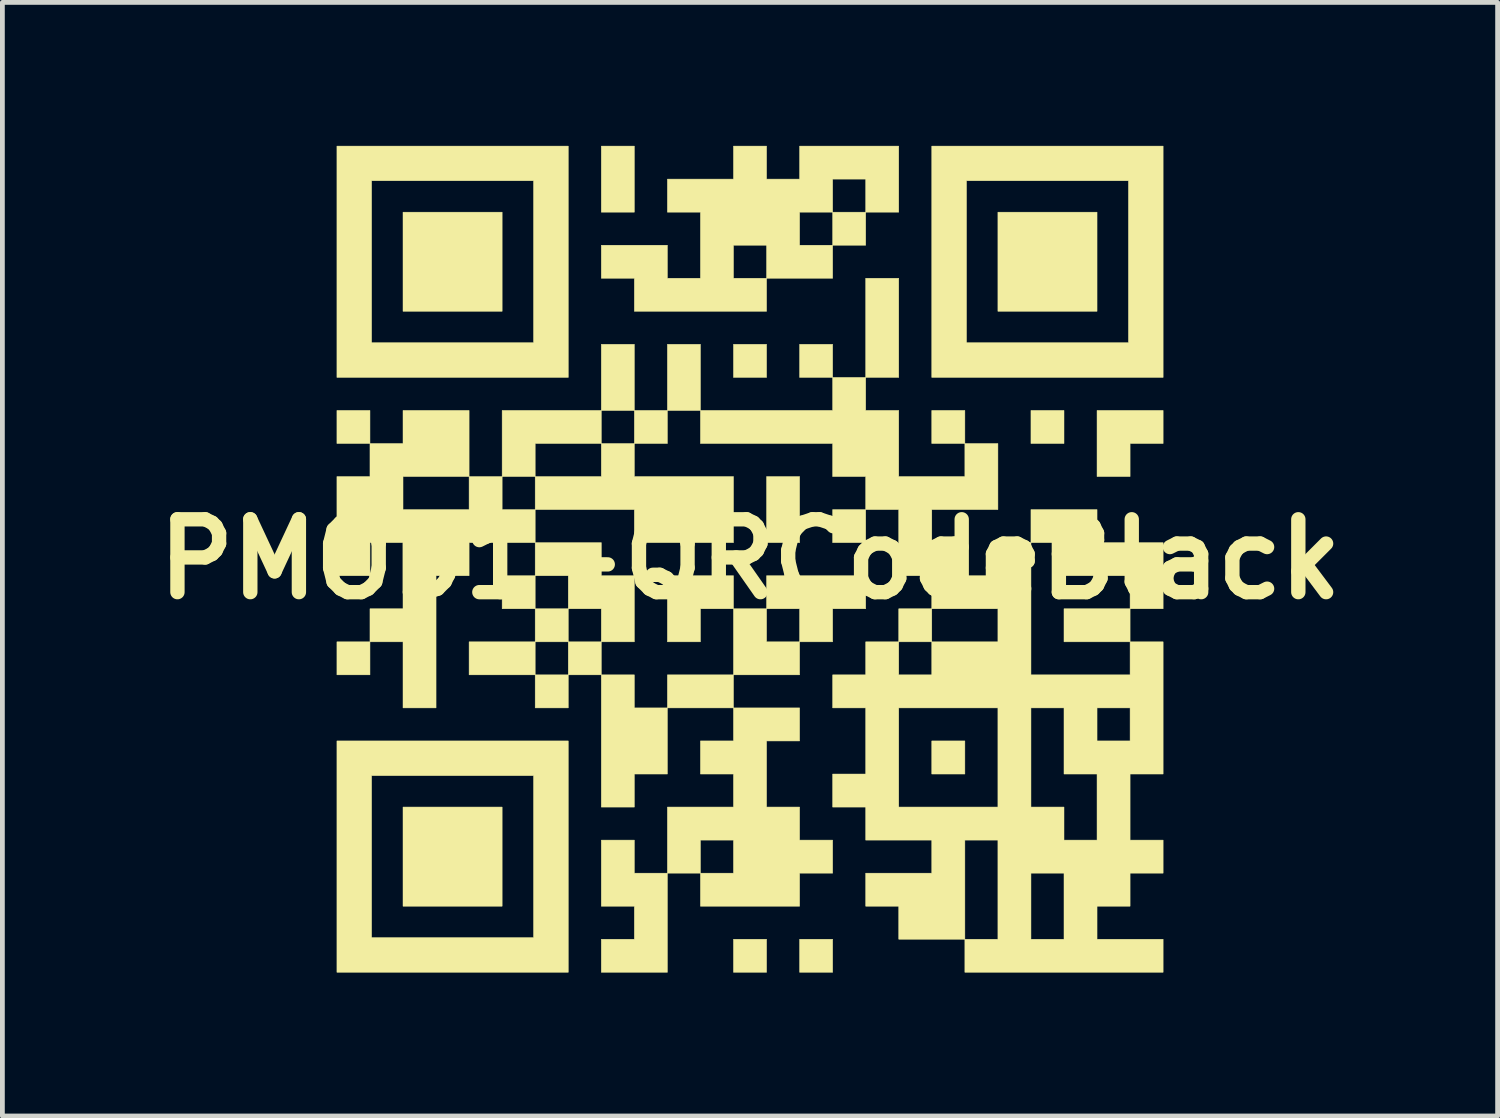
<source format=kicad_pcb>
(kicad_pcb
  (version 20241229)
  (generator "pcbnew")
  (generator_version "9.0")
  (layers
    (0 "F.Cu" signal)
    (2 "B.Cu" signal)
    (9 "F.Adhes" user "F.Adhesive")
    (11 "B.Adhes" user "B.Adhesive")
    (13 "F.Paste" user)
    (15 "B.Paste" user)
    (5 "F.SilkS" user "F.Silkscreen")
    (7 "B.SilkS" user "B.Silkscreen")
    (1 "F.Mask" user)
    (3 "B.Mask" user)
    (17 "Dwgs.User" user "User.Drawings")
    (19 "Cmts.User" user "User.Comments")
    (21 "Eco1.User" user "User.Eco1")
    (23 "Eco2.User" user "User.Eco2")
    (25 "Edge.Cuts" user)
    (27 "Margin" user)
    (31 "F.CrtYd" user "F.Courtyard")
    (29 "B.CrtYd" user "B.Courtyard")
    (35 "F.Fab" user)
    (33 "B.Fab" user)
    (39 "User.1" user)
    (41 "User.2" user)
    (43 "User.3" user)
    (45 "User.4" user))
  (footprint "PMOD1-QRCodeBlack"
    (layer "F.Cu")
    (at 12.635 8.644)
    (property "Reference" "PMOD1-QRCodeBlack" (at 0 0 0) (layer "F.SilkS") (effects (font (size 1.524 1.524) (thickness 0.3))))
    (attr through_hole)
    (fp_poly (pts (xy -7.948 -2.419) (xy -8.639 -2.419) (xy -8.639 -3.11) (xy -7.948 -3.11) (xy -7.948 -2.419)) (stroke (width 0.01) (type solid)) (fill yes) (layer "F.SilkS"))
    (fp_poly (pts (xy -7.948 2.419) (xy -8.639 2.419) (xy -8.639 1.728) (xy -7.948 1.728) (xy -7.948 2.419)) (stroke (width 0.01) (type solid)) (fill yes) (layer "F.SilkS"))
    (fp_poly (pts (xy -5.184 -5.184) (xy -7.257 -5.184) (xy -7.257 -7.257) (xy -5.184 -7.257) (xy -5.184 -5.184)) (stroke (width 0.01) (type solid)) (fill yes) (layer "F.SilkS"))
    (fp_poly (pts (xy -5.184 7.257) (xy -7.257 7.257) (xy -7.257 5.184) (xy -5.184 5.184) (xy -5.184 7.257)) (stroke (width 0.01) (type solid)) (fill yes) (layer "F.SilkS"))
    (fp_poly (pts (xy -2.419 -7.257) (xy -3.11 -7.257) (xy -3.11 -8.639) (xy -2.419 -8.639) (xy -2.419 -7.257)) (stroke (width 0.01) (type solid)) (fill yes) (layer "F.SilkS"))
    (fp_poly (pts (xy -1.037 -3.11) (xy -1.728 -3.11) (xy -1.728 -4.493) (xy -1.037 -4.493) (xy -1.037 -3.11)) (stroke (width 0.01) (type solid)) (fill yes) (layer "F.SilkS"))
    (fp_poly (pts (xy -0.346 3.11) (xy -1.728 3.11) (xy -1.728 2.419) (xy -0.346 2.419) (xy -0.346 3.11)) (stroke (width 0.01) (type solid)) (fill yes) (layer "F.SilkS"))
    (fp_poly (pts (xy 0.346 -3.801) (xy -0.346 -3.801) (xy -0.346 -4.493) (xy 0.346 -4.493) (xy 0.346 -3.801)) (stroke (width 0.01) (type solid)) (fill yes) (layer "F.SilkS"))
    (fp_poly (pts (xy 0.346 8.639) (xy -0.346 8.639) (xy -0.346 7.948) (xy 0.346 7.948) (xy 0.346 8.639)) (stroke (width 0.01) (type solid)) (fill yes) (layer "F.SilkS"))
    (fp_poly (pts (xy 1.037 -0.346) (xy 0.346 -0.346) (xy 0.346 -1.728) (xy 1.037 -1.728) (xy 1.037 -0.346)) (stroke (width 0.01) (type solid)) (fill yes) (layer "F.SilkS"))
    (fp_poly (pts (xy 1.728 -3.801) (xy 1.037 -3.801) (xy 1.037 -4.493) (xy 1.728 -4.493) (xy 1.728 -3.801)) (stroke (width 0.01) (type solid)) (fill yes) (layer "F.SilkS"))
    (fp_poly (pts (xy 1.728 8.639) (xy 1.037 8.639) (xy 1.037 7.948) (xy 1.728 7.948) (xy 1.728 8.639)) (stroke (width 0.01) (type solid)) (fill yes) (layer "F.SilkS"))
    (fp_poly (pts (xy 2.419 -0.346) (xy 1.728 -0.346) (xy 1.728 -1.037) (xy 2.419 -1.037) (xy 2.419 -0.346)) (stroke (width 0.01) (type solid)) (fill yes) (layer "F.SilkS"))
    (fp_poly (pts (xy 3.11 -3.801) (xy 2.419 -3.801) (xy 2.419 -5.875) (xy 3.11 -5.875) (xy 3.11 -3.801)) (stroke (width 0.01) (type solid)) (fill yes) (layer "F.SilkS"))
    (fp_poly (pts (xy 4.493 -2.419) (xy 3.801 -2.419) (xy 3.801 -3.11) (xy 4.493 -3.11) (xy 4.493 -2.419)) (stroke (width 0.01) (type solid)) (fill yes) (layer "F.SilkS"))
    (fp_poly (pts (xy 4.493 4.493) (xy 3.801 4.493) (xy 3.801 3.801) (xy 4.493 3.801) (xy 4.493 4.493)) (stroke (width 0.01) (type solid)) (fill yes) (layer "F.SilkS"))
    (fp_poly (pts (xy 6.566 -2.419) (xy 5.875 -2.419) (xy 5.875 -3.11) (xy 6.566 -3.11) (xy 6.566 -2.419)) (stroke (width 0.01) (type solid)) (fill yes) (layer "F.SilkS"))
    (fp_poly (pts (xy 7.257 -5.184) (xy 5.184 -5.184) (xy 5.184 -7.257) (xy 7.257 -7.257) (xy 7.257 -5.184)) (stroke (width 0.01) (type solid)) (fill yes) (layer "F.SilkS"))
    (fp_poly (pts (xy -0.346 1.037) (xy -1.037 1.037) (xy -1.037 1.728) (xy -1.728 1.728) (xy -1.728 0.346) (xy -0.346 0.346) (xy -0.346 1.037)) (stroke (width 0.01) (type solid)) (fill yes) (layer "F.SilkS"))
    (fp_poly (pts (xy 8.639 -2.419) (xy 7.948 -2.419) (xy 7.948 -1.728) (xy 7.257 -1.728) (xy 7.257 -3.11) (xy 8.639 -3.11) (xy 8.639 -2.419)) (stroke (width 0.01) (type solid)) (fill yes) (layer "F.SilkS"))
    (fp_poly (pts (xy -2.419 3.11) (xy -1.728 3.11) (xy -1.728 4.493) (xy -2.419 4.493) (xy -2.419 5.184) (xy -3.11 5.184) (xy -3.11 2.419) (xy -2.419 2.419) (xy -2.419 3.11)) (stroke (width 0.01) (type solid)) (fill yes) (layer "F.SilkS"))
    (fp_poly (pts (xy -2.419 6.566) (xy -1.728 6.566) (xy -1.728 8.639) (xy -3.11 8.639) (xy -3.11 7.948) (xy -2.419 7.948) (xy -2.419 7.257) (xy -3.11 7.257) (xy -3.11 5.875) (xy -2.419 5.875) (xy -2.419 6.566)) (stroke (width 0.01) (type solid)) (fill yes) (layer "F.SilkS"))
    (fp_poly (pts (xy -3.801 -3.801) (xy -8.639 -3.801) (xy -8.639 -7.914) (xy -7.914 -7.914) (xy -7.914 -4.527) (xy -4.527 -4.527) (xy -4.527 -7.914) (xy -7.914 -7.914) (xy -8.639 -7.914) (xy -8.639 -8.639) (xy -3.801 -8.639) (xy -3.801 -3.801)) (stroke (width 0.01) (type solid)) (fill yes) (layer "F.SilkS"))
    (fp_poly (pts (xy -3.801 8.639) (xy -8.639 8.639) (xy -8.639 4.527) (xy -7.914 4.527) (xy -7.914 7.914) (xy -4.527 7.914) (xy -4.527 4.527) (xy -7.914 4.527) (xy -8.639 4.527) (xy -8.639 3.801) (xy -3.801 3.801) (xy -3.801 8.639)) (stroke (width 0.01) (type solid)) (fill yes) (layer "F.SilkS"))
    (fp_poly (pts (xy 8.639 -3.801) (xy 3.801 -3.801) (xy 3.801 -7.914) (xy 4.527 -7.914) (xy 4.527 -4.527) (xy 7.914 -4.527) (xy 7.914 -7.914) (xy 4.527 -7.914) (xy 3.801 -7.914) (xy 3.801 -8.639) (xy 8.639 -8.639) (xy 8.639 -3.801)) (stroke (width 0.01) (type solid)) (fill yes) (layer "F.SilkS"))
    (fp_poly (pts (xy 2.419 1.037) (xy 1.728 1.037) (xy 1.728 1.728) (xy 1.037 1.728) (xy 1.037 2.419) (xy -0.346 2.419) (xy -0.346 1.037) (xy 0.346 1.037) (xy 0.346 1.728) (xy 1.037 1.728) (xy 1.037 1.037) (xy 0.346 1.037) (xy 0.346 0.346) (xy 2.419 0.346) (xy 2.419 1.037)) (stroke (width 0.01) (type solid)) (fill yes) (layer "F.SilkS"))
    (fp_poly (pts (xy 1.037 3.801) (xy 0.346 3.801) (xy 0.346 5.184) (xy 1.037 5.184) (xy 1.037 5.875) (xy 1.728 5.875) (xy 1.728 6.566) (xy 1.037 6.566) (xy 1.037 7.257) (xy -1.037 7.257) (xy -1.037 6.566) (xy -1.728 6.566) (xy -1.728 5.875) (xy -1.037 5.875) (xy -1.037 6.566) (xy -0.346 6.566) (xy -0.346 5.875) (xy -1.037 5.875) (xy -1.728 5.875) (xy -1.728 5.184) (xy -0.346 5.184) (xy -0.346 4.493) (xy -1.037 4.493) (xy -1.037 3.801) (xy -0.346 3.801) (xy -0.346 3.11) (xy 1.037 3.11) (xy 1.037 3.801)) (stroke (width 0.01) (type solid)) (fill yes) (layer "F.SilkS"))
    (fp_poly (pts (xy -3.11 0.346) (xy -2.419 0.346) (xy -2.419 1.728) (xy -3.11 1.728) (xy -3.11 2.419) (xy -3.801 2.419) (xy -3.801 3.11) (xy -4.493 3.11) (xy -4.493 2.419) (xy -5.875 2.419) (xy -5.875 1.728) (xy -4.493 1.728) (xy -4.493 2.419) (xy -3.801 2.419) (xy -3.801 1.728) (xy -4.493 1.728) (xy -4.493 1.037) (xy -5.184 1.037) (xy -5.184 0.346) (xy -4.493 0.346) (xy -4.493 1.037) (xy -3.801 1.037) (xy -3.801 1.728) (xy -3.11 1.728) (xy -3.11 1.037) (xy -3.801 1.037) (xy -3.801 0.346) (xy -4.493 0.346) (xy -4.493 -0.346) (xy -3.11 -0.346) (xy -3.11 0.346)) (stroke (width 0.01) (type solid)) (fill yes) (layer "F.SilkS"))
    (fp_poly (pts (xy 0.346 -7.948) (xy 1.037 -7.948) (xy 1.728 -7.948) (xy 1.728 -7.257) (xy 2.419 -7.257) (xy 2.419 -7.948) (xy 1.728 -7.948) (xy 1.037 -7.948) (xy 1.037 -8.639) (xy 3.11 -8.639) (xy 3.11 -7.257) (xy 2.419 -7.257) (xy 2.419 -6.566) (xy 1.728 -6.566) (xy 1.728 -5.875) (xy 0.346 -5.875) (xy 0.346 -5.184) (xy -2.419 -5.184) (xy -2.419 -5.875) (xy -3.11 -5.875) (xy -3.11 -6.566) (xy -1.728 -6.566) (xy -1.728 -5.875) (xy -1.037 -5.875) (xy -1.037 -6.566) (xy -0.346 -6.566) (xy -0.346 -5.875) (xy 0.346 -5.875) (xy 0.346 -6.566) (xy -0.346 -6.566) (xy -1.037 -6.566) (xy -1.037 -7.257) (xy 1.037 -7.257) (xy 1.037 -6.566) (xy 1.728 -6.566) (xy 1.728 -7.257) (xy 1.037 -7.257) (xy -1.037 -7.257) (xy -1.728 -7.257) (xy -1.728 -7.948) (xy -0.346 -7.948) (xy -0.346 -8.639) (xy 0.346 -8.639) (xy 0.346 -7.948)) (stroke (width 0.01) (type solid)) (fill yes) (layer "F.SilkS"))
    (fp_poly (pts (xy -7.948 1.037) (xy -7.257 1.037) (xy -7.257 -0.346) (xy -7.948 -0.346) (xy -7.948 0.346) (xy -8.639 0.346) (xy -8.639 -1.728) (xy -7.948 -1.728) (xy -7.257 -1.728) (xy -7.257 -1.037) (xy -5.875 -1.037) (xy -5.875 -1.728) (xy -7.257 -1.728) (xy -7.948 -1.728) (xy -7.948 -2.419) (xy -7.257 -2.419) (xy -7.257 -3.11) (xy -5.875 -3.11) (xy -5.875 -1.728) (xy -5.184 -1.728) (xy -5.184 -1.037) (xy -4.493 -1.037) (xy -4.493 -1.728) (xy -5.184 -1.728) (xy -5.184 -2.419) (xy -4.493 -2.419) (xy -4.493 -1.728) (xy -3.11 -1.728) (xy -3.11 -2.419) (xy -4.493 -2.419) (xy -5.184 -2.419) (xy -5.184 -3.11) (xy -3.11 -3.11) (xy -3.11 -2.419) (xy -2.419 -2.419) (xy -2.419 -3.11) (xy -3.11 -3.11) (xy -3.11 -4.493) (xy -2.419 -4.493) (xy -2.419 -3.11) (xy -1.728 -3.11) (xy -1.728 -2.419) (xy -2.419 -2.419) (xy -2.419 -1.728) (xy -0.346 -1.728) (xy -0.346 -0.346) (xy -2.419 -0.346) (xy -2.419 -1.037) (xy -4.493 -1.037) (xy -4.493 -0.346) (xy -5.875 -0.346) (xy -5.875 0.346) (xy -6.566 0.346) (xy -6.566 3.11) (xy -7.257 3.11) (xy -7.257 1.728) (xy -7.948 1.728) (xy -7.948 1.037)) (stroke (width 0.01) (type solid)) (fill yes) (layer "F.SilkS"))
    (fp_poly (pts (xy 2.419 -1.728) (xy 1.728 -1.728) (xy 1.728 -2.419) (xy -1.037 -2.419) (xy -1.037 -3.11) (xy 1.728 -3.11) (xy 1.728 -3.801) (xy 2.419 -3.801) (xy 2.419 -3.11) (xy 3.11 -3.11) (xy 3.11 -1.728) (xy 4.493 -1.728) (xy 4.493 -2.419) (xy 5.184 -2.419) (xy 5.184 -1.037) (xy 3.801 -1.037) (xy 3.801 -0.346) (xy 4.493 -0.346) (xy 4.493 0.346) (xy 5.184 0.346) (xy 5.184 -0.346) (xy 5.875 -0.346) (xy 5.875 2.419) (xy 7.948 2.419) (xy 7.948 1.728) (xy 6.566 1.728) (xy 6.566 1.037) (xy 7.948 1.037) (xy 7.948 0.346) (xy 6.566 0.346) (xy 6.566 -0.346) (xy 5.875 -0.346) (xy 5.875 -1.037) (xy 7.257 -1.037) (xy 7.257 -0.346) (xy 8.639 -0.346) (xy 8.639 1.037) (xy 7.948 1.037) (xy 7.948 1.728) (xy 8.639 1.728) (xy 8.639 4.493) (xy 7.948 4.493) (xy 7.948 5.875) (xy 8.639 5.875) (xy 8.639 6.566) (xy 7.948 6.566) (xy 7.948 7.257) (xy 7.257 7.257) (xy 7.257 7.948) (xy 8.639 7.948) (xy 8.639 8.639) (xy 4.493 8.639) (xy 4.493 7.948) (xy 3.11 7.948) (xy 3.11 7.257) (xy 2.419 7.257) (xy 2.419 6.566) (xy 3.801 6.566) (xy 3.801 5.875) (xy 4.493 5.875) (xy 4.493 7.948) (xy 5.184 7.948) (xy 5.184 6.566) (xy 5.875 6.566) (xy 5.875 7.948) (xy 6.566 7.948) (xy 6.566 6.566) (xy 5.875 6.566) (xy 5.184 6.566) (xy 5.184 5.875) (xy 4.493 5.875) (xy 3.801 5.875) (xy 2.419 5.875) (xy 2.419 5.184) (xy 1.728 5.184) (xy 1.728 4.493) (xy 2.419 4.493) (xy 2.419 3.11) (xy 3.11 3.11) (xy 3.11 5.184) (xy 5.184 5.184) (xy 5.184 3.11) (xy 5.875 3.11) (xy 5.875 5.184) (xy 6.566 5.184) (xy 6.566 5.875) (xy 7.257 5.875) (xy 7.257 4.493) (xy 6.566 4.493) (xy 6.566 3.11) (xy 7.257 3.11) (xy 7.257 3.801) (xy 7.948 3.801) (xy 7.948 3.11) (xy 7.257 3.11) (xy 6.566 3.11) (xy 5.875 3.11) (xy 5.184 3.11) (xy 3.11 3.11) (xy 2.419 3.11) (xy 1.728 3.11) (xy 1.728 2.419) (xy 2.419 2.419) (xy 2.419 1.728) (xy 3.11 1.728) (xy 3.11 2.419) (xy 3.801 2.419) (xy 3.801 1.728) (xy 3.11 1.728) (xy 3.11 1.037) (xy 3.801 1.037) (xy 3.801 1.728) (xy 5.184 1.728) (xy 5.184 1.037) (xy 3.801 1.037) (xy 3.801 0.346) (xy 3.11 0.346) (xy 3.11 -1.037) (xy 2.419 -1.037) (xy 2.419 -1.728)) (stroke (width 0.01) (type solid)) (fill yes) (layer "F.SilkS")))
  (gr_rect
    (start -3 -3)
    (end 28.269 20.289)
    (stroke (width 0.1) (type default))
    (fill no)
    (layer "Edge.Cuts")))
</source>
